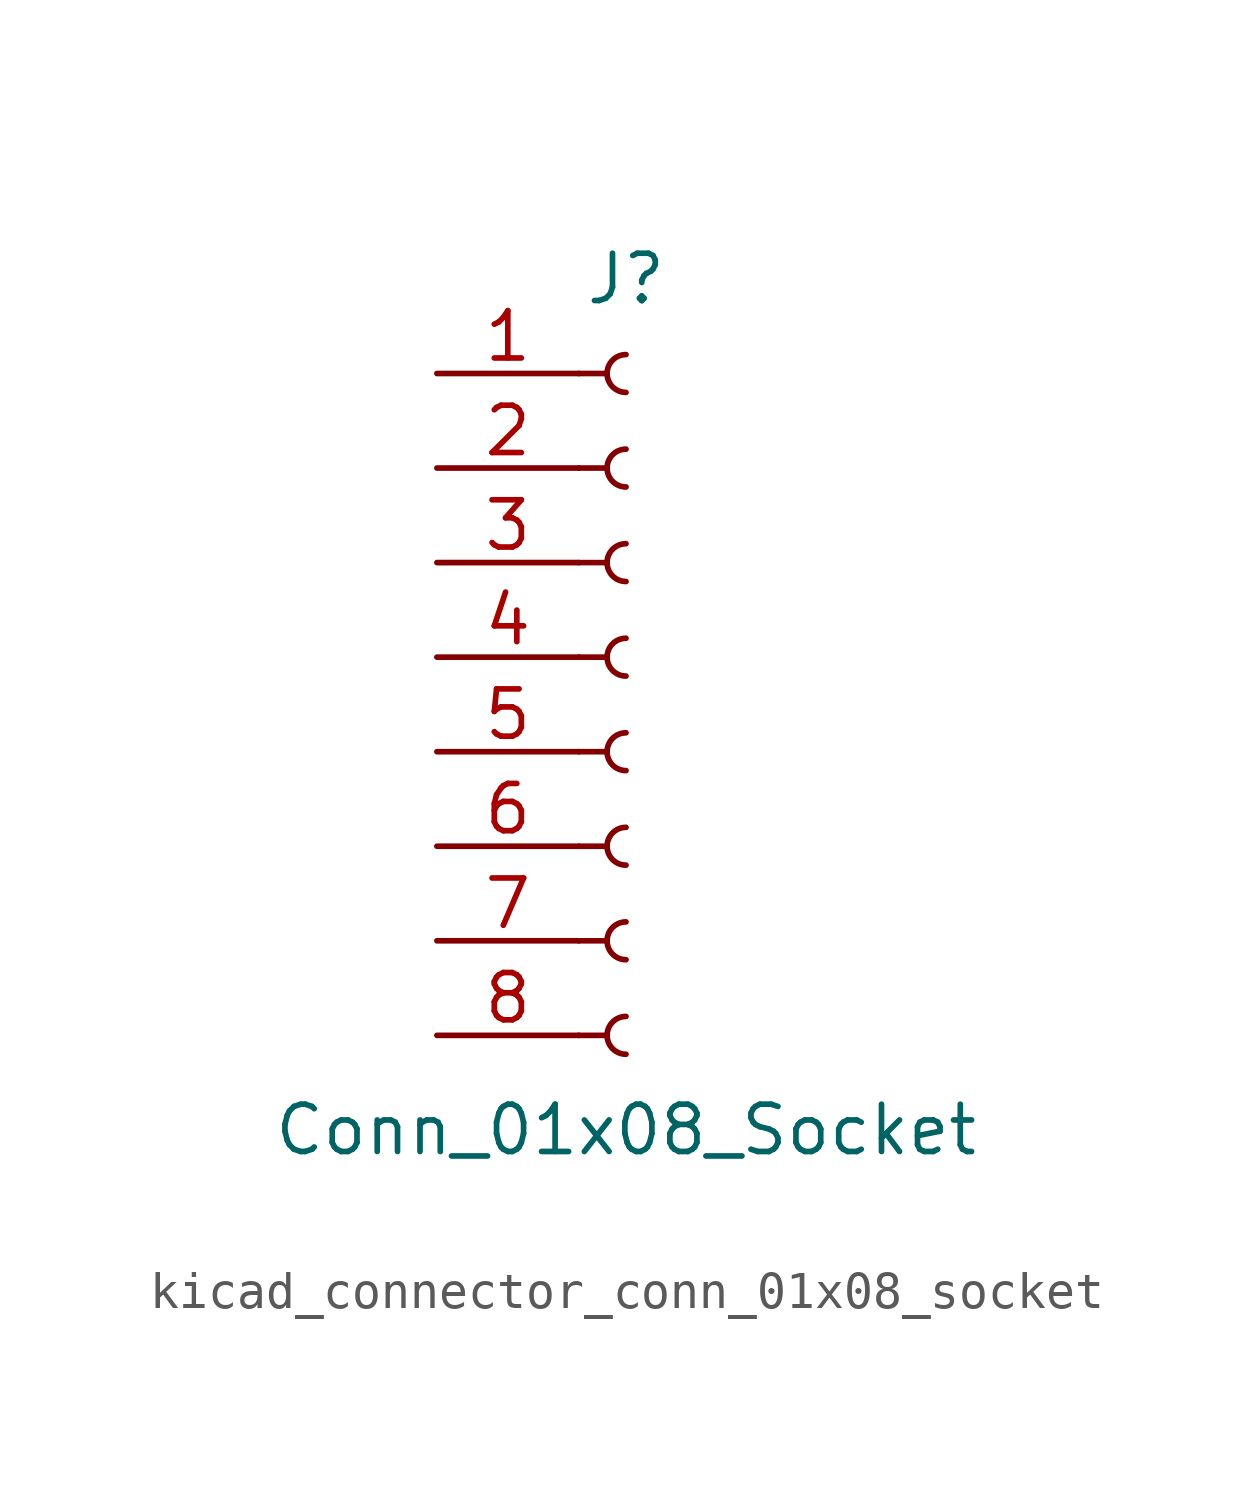
<source format=kicad_sym>
(kicad_symbol_lib
  (version 20220914)
  (generator kicad_symbol_editor)
  (symbol "kicad_connector_conn_01x08_socket"
    (pin_names
      (offset 1.016) hide)
    (property "Reference" "J"
      (at 0 10.16 0)
      (effects (font (size 1.27 1.27))))
    (property "Value" "Conn_01x08_Socket"
      (at 0 -12.7 0)
      (effects (font (size 1.27 1.27))))
    (property "ki_locked" ""
      (at 0 0 0)
      (effects (font (size 1.27 1.27))))
    (symbol "kicad_connector_conn_01x08_socket_1_1"
      (arc (start 0 -9.652) (mid -0.5058 -10.16) (end 0 -10.668) (stroke (width 0.1524) (type default)) (fill (type none)))
      (arc (start 0 -7.112) (mid -0.5058 -7.62) (end 0 -8.128) (stroke (width 0.1524) (type default)) (fill (type none)))
      (arc (start 0 -4.572) (mid -0.5058 -5.08) (end 0 -5.588) (stroke (width 0.1524) (type default)) (fill (type none)))
      (arc (start 0 -2.032) (mid -0.5058 -2.54) (end 0 -3.048) (stroke (width 0.1524) (type default)) (fill (type none)))
      (polyline (pts (xy -1.27 -10.16) (xy -0.508 -10.16)) (stroke (width 0.152) (type default)) (fill (type none)))
      (polyline (pts (xy -1.27 -7.62) (xy -0.508 -7.62)) (stroke (width 0.152) (type default)) (fill (type none)))
      (polyline (pts (xy -1.27 -5.08) (xy -0.508 -5.08)) (stroke (width 0.152) (type default)) (fill (type none)))
      (polyline (pts (xy -1.27 -2.54) (xy -0.508 -2.54)) (stroke (width 0.152) (type default)) (fill (type none)))
      (polyline (pts (xy -1.27 0) (xy -0.508 0)) (stroke (width 0.152) (type default)) (fill (type none)))
      (polyline (pts (xy -1.27 2.54) (xy -0.508 2.54)) (stroke (width 0.152) (type default)) (fill (type none)))
      (polyline (pts (xy -1.27 5.08) (xy -0.508 5.08)) (stroke (width 0.152) (type default)) (fill (type none)))
      (polyline (pts (xy -1.27 7.62) (xy -0.508 7.62)) (stroke (width 0.152) (type default)) (fill (type none)))
      (arc (start 0 0.508) (mid -0.5058 0) (end 0 -0.508) (stroke (width 0.1524) (type default)) (fill (type none)))
      (arc (start 0 3.048) (mid -0.5058 2.54) (end 0 2.032) (stroke (width 0.1524) (type default)) (fill (type none)))
      (arc (start 0 5.588) (mid -0.5058 5.08) (end 0 4.572) (stroke (width 0.1524) (type default)) (fill (type none)))
      (arc (start 0 8.128) (mid -0.5058 7.62) (end 0 7.112) (stroke (width 0.1524) (type default)) (fill (type none)))
      (pin passive line (at -5.08 7.62 0) (length 3.81) (name "Pin_1" (effects (font (size 1.27 1.27)))) (number "1" (effects (font (size 1.27 1.27)))))
      (pin passive line (at -5.08 5.08 0) (length 3.81) (name "Pin_2" (effects (font (size 1.27 1.27)))) (number "2" (effects (font (size 1.27 1.27)))))
      (pin passive line (at -5.08 2.54 0) (length 3.81) (name "Pin_3" (effects (font (size 1.27 1.27)))) (number "3" (effects (font (size 1.27 1.27)))))
      (pin passive line (at -5.08 0 0) (length 3.81) (name "Pin_4" (effects (font (size 1.27 1.27)))) (number "4" (effects (font (size 1.27 1.27)))))
      (pin passive line (at -5.08 -2.54 0) (length 3.81) (name "Pin_5" (effects (font (size 1.27 1.27)))) (number "5" (effects (font (size 1.27 1.27)))))
      (pin passive line (at -5.08 -5.08 0) (length 3.81) (name "Pin_6" (effects (font (size 1.27 1.27)))) (number "6" (effects (font (size 1.27 1.27)))))
      (pin passive line (at -5.08 -7.62 0) (length 3.81) (name "Pin_7" (effects (font (size 1.27 1.27)))) (number "7" (effects (font (size 1.27 1.27)))))
      (pin passive line (at -5.08 -10.16 0) (length 3.81) (name "Pin_8" (effects (font (size 1.27 1.27)))) (number "8" (effects (font (size 1.27 1.27))))))))
</source>
